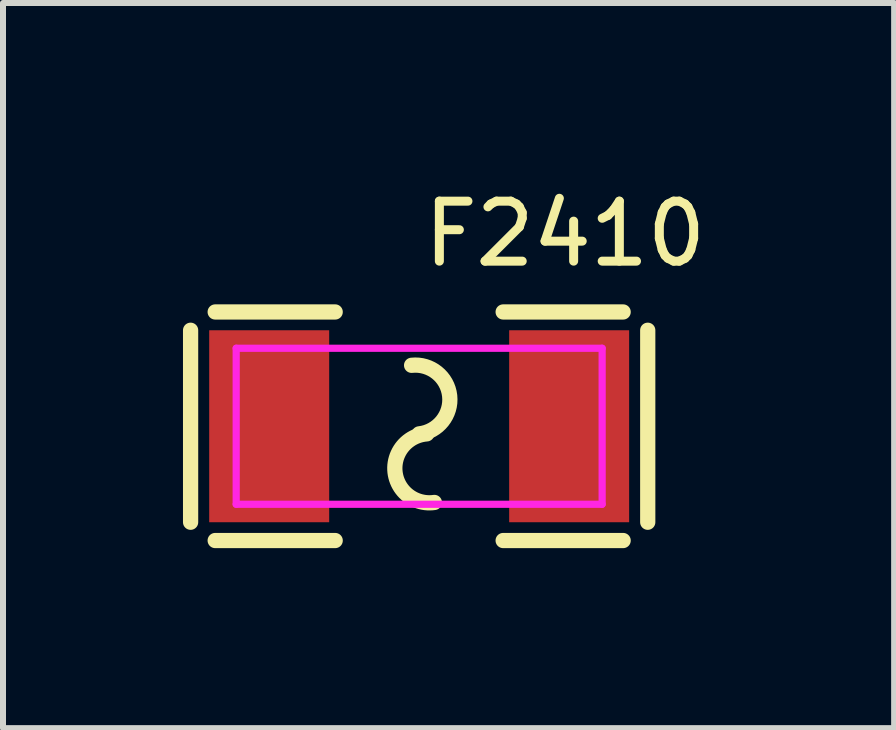
<source format=kicad_pcb>
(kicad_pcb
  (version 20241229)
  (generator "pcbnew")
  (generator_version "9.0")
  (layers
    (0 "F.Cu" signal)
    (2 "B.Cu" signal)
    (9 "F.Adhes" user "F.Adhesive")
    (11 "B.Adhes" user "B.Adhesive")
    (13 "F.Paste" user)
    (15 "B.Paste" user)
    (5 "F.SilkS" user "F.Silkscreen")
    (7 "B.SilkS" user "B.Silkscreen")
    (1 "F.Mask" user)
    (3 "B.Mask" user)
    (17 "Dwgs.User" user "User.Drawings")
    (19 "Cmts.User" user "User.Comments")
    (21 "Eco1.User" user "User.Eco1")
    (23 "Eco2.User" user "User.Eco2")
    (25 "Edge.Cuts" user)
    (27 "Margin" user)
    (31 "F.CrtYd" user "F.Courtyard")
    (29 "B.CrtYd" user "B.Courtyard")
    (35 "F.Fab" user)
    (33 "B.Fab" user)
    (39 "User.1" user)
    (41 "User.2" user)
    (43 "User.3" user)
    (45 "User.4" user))
  (footprint "F2410"
    (layer "F.Cu")
    (at 3.937 4.055)
    (property "Reference" "F2410" (at 0 -3.207 0) (layer "F.SilkS") (effects (font (size 1 1) (thickness 0.15)) (justify left)))
    (attr through_hole)
    (fp_line (start -3.81 -1.6) (end -3.81 1.6) (stroke (width 0.254) (type solid)) (layer "F.SilkS"))
    (fp_line (start -3.4 -1.905) (end -1.4 -1.905) (stroke (width 0.254) (type solid)) (layer "F.SilkS"))
    (fp_line (start -3.4 1.905) (end -1.4 1.905) (stroke (width 0.254) (type solid)) (layer "F.SilkS"))
    (fp_line (start 1.4 -1.905) (end 3.4 -1.905) (stroke (width 0.254) (type solid)) (layer "F.SilkS"))
    (fp_line (start 1.4 1.905) (end 3.4 1.905) (stroke (width 0.254) (type solid)) (layer "F.SilkS"))
    (fp_line (start 3.81 -1.6) (end 3.81 1.6) (stroke (width 0.254) (type solid)) (layer "F.SilkS"))
    (fp_arc (start -0.126127 -1.015869) (mid 0.504448 -0.507065) (end 0 0.127) (stroke (width 0.254) (type solid)) (layer "F.SilkS"))
    (fp_arc (start 0.253366 1.270317) (mid -0.403051 0.764226) (end 0.127 0.127) (stroke (width 0.254) (type solid)) (layer "F.SilkS"))
    (fp_line (start -3.05 -1.3) (end 3.05 -1.3) (stroke (width 0.12) (type solid)) (layer "F.CrtYd"))
    (fp_line (start -3.05 1.3) (end -3.05 -1.3) (stroke (width 0.12) (type solid)) (layer "F.CrtYd"))
    (fp_line (start 3.05 -1.3) (end 3.05 1.3) (stroke (width 0.12) (type solid)) (layer "F.CrtYd"))
    (fp_line (start 3.05 1.3) (end -3.05 1.3) (stroke (width 0.12) (type solid)) (layer "F.CrtYd"))
    (pad "1" smd rect (at -2.5 0) (size 2 3.2) (layers "F.Cu" "F.Mask" "F.Paste"))
    (pad "2" smd rect (at 2.5 0) (size 2 3.2) (layers "F.Cu" "F.Mask" "F.Paste")))
  (gr_rect
    (start -3 -3)
    (end 11.854 9.087)
    (stroke (width 0.1) (type default))
    (fill no)
    (layer "Edge.Cuts")))
</source>
